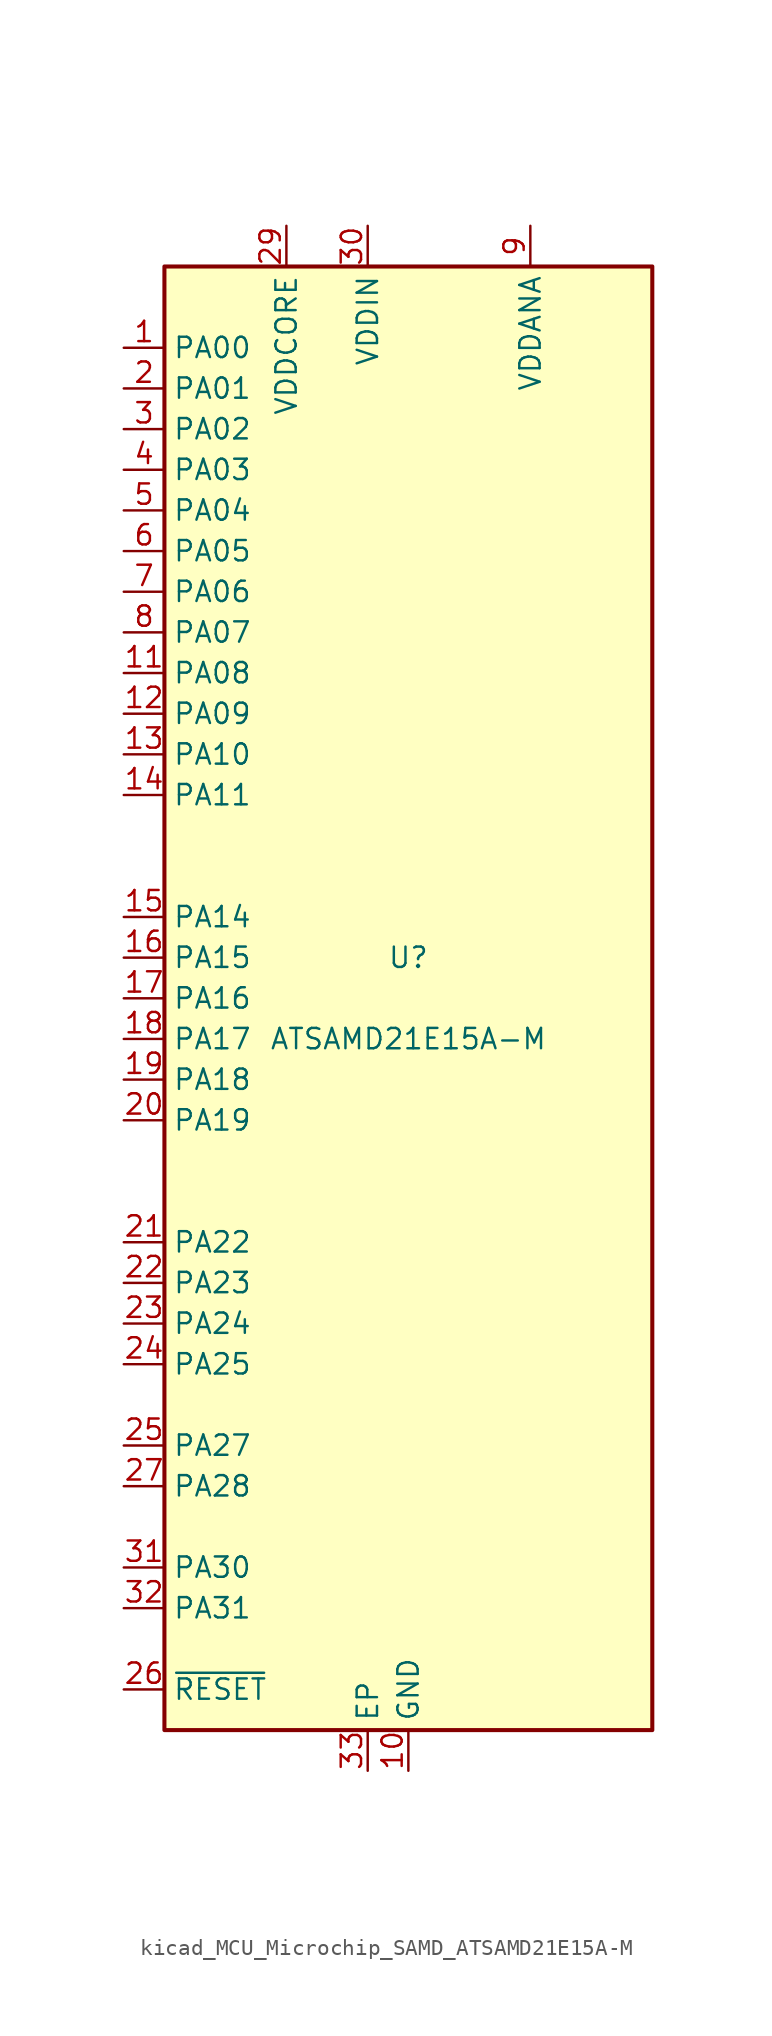
<source format=kicad_sym>
(kicad_symbol_lib
  (version 20220914)
  (generator kicad_symbol_editor)
  (symbol "kicad_MCU_Microchip_SAMD_ATSAMD21E15A-M"
    (property "Reference" "U"
      (at 0 2.54 0)
      (effects (font (size 1.27 1.27))))
    (property "Value" "ATSAMD21E15A-M"
      (at 0 -2.54 0)
      (effects (font (size 1.27 1.27))))
    (symbol "kicad_MCU_Microchip_SAMD_ATSAMD21E15A-M_1_1"
      (rectangle (start -15.24 45.72) (end 15.24 -45.72) (stroke (width 0.254) (type default)) (fill (type background)))
      (pin bidirectional line (at -17.78 40.64 0) (length 2.54) (name "PA00" (effects (font (size 1.27 1.27)))) (number "1" (effects (font (size 1.27 1.27)))))
      (pin power_in line (at 0 -48.26 90) (length 2.54) (name "GND" (effects (font (size 1.27 1.27)))) (number "10" (effects (font (size 1.27 1.27)))))
      (pin bidirectional line (at -17.78 20.32 0) (length 2.54) (name "PA08" (effects (font (size 1.27 1.27)))) (number "11" (effects (font (size 1.27 1.27)))))
      (pin bidirectional line (at -17.78 17.78 0) (length 2.54) (name "PA09" (effects (font (size 1.27 1.27)))) (number "12" (effects (font (size 1.27 1.27)))))
      (pin bidirectional line (at -17.78 15.24 0) (length 2.54) (name "PA10" (effects (font (size 1.27 1.27)))) (number "13" (effects (font (size 1.27 1.27)))))
      (pin bidirectional line (at -17.78 12.7 0) (length 2.54) (name "PA11" (effects (font (size 1.27 1.27)))) (number "14" (effects (font (size 1.27 1.27)))))
      (pin bidirectional line (at -17.78 5.08 0) (length 2.54) (name "PA14" (effects (font (size 1.27 1.27)))) (number "15" (effects (font (size 1.27 1.27)))))
      (pin bidirectional line (at -17.78 2.54 0) (length 2.54) (name "PA15" (effects (font (size 1.27 1.27)))) (number "16" (effects (font (size 1.27 1.27)))))
      (pin bidirectional line (at -17.78 0 0) (length 2.54) (name "PA16" (effects (font (size 1.27 1.27)))) (number "17" (effects (font (size 1.27 1.27)))))
      (pin bidirectional line (at -17.78 -2.54 0) (length 2.54) (name "PA17" (effects (font (size 1.27 1.27)))) (number "18" (effects (font (size 1.27 1.27)))))
      (pin bidirectional line (at -17.78 -5.08 0) (length 2.54) (name "PA18" (effects (font (size 1.27 1.27)))) (number "19" (effects (font (size 1.27 1.27)))))
      (pin bidirectional line (at -17.78 38.1 0) (length 2.54) (name "PA01" (effects (font (size 1.27 1.27)))) (number "2" (effects (font (size 1.27 1.27)))))
      (pin bidirectional line (at -17.78 -7.62 0) (length 2.54) (name "PA19" (effects (font (size 1.27 1.27)))) (number "20" (effects (font (size 1.27 1.27)))))
      (pin bidirectional line (at -17.78 -15.24 0) (length 2.54) (name "PA22" (effects (font (size 1.27 1.27)))) (number "21" (effects (font (size 1.27 1.27)))))
      (pin bidirectional line (at -17.78 -17.78 0) (length 2.54) (name "PA23" (effects (font (size 1.27 1.27)))) (number "22" (effects (font (size 1.27 1.27)))))
      (pin bidirectional line (at -17.78 -20.32 0) (length 2.54) (name "PA24" (effects (font (size 1.27 1.27)))) (number "23" (effects (font (size 1.27 1.27)))))
      (pin bidirectional line (at -17.78 -22.86 0) (length 2.54) (name "PA25" (effects (font (size 1.27 1.27)))) (number "24" (effects (font (size 1.27 1.27)))))
      (pin bidirectional line (at -17.78 -27.94 0) (length 2.54) (name "PA27" (effects (font (size 1.27 1.27)))) (number "25" (effects (font (size 1.27 1.27)))))
      (pin input line (at -17.78 -43.18 0) (length 2.54) (name "~{RESET}" (effects (font (size 1.27 1.27)))) (number "26" (effects (font (size 1.27 1.27)))))
      (pin bidirectional line (at -17.78 -30.48 0) (length 2.54) (name "PA28" (effects (font (size 1.27 1.27)))) (number "27" (effects (font (size 1.27 1.27)))))
      (pin passive line (at 0 -48.26 90) (length 2.54) hide (name "GND" (effects (font (size 1.27 1.27)))) (number "28" (effects (font (size 1.27 1.27)))))
      (pin power_out line (at -7.62 48.26 270) (length 2.54) (name "VDDCORE" (effects (font (size 1.27 1.27)))) (number "29" (effects (font (size 1.27 1.27)))))
      (pin bidirectional line (at -17.78 35.56 0) (length 2.54) (name "PA02" (effects (font (size 1.27 1.27)))) (number "3" (effects (font (size 1.27 1.27)))))
      (pin power_in line (at -2.54 48.26 270) (length 2.54) (name "VDDIN" (effects (font (size 1.27 1.27)))) (number "30" (effects (font (size 1.27 1.27)))))
      (pin bidirectional line (at -17.78 -35.56 0) (length 2.54) (name "PA30" (effects (font (size 1.27 1.27)))) (number "31" (effects (font (size 1.27 1.27)))))
      (pin bidirectional line (at -17.78 -38.1 0) (length 2.54) (name "PA31" (effects (font (size 1.27 1.27)))) (number "32" (effects (font (size 1.27 1.27)))))
      (pin passive line (at -2.54 -48.26 90) (length 2.54) (name "EP" (effects (font (size 1.27 1.27)))) (number "33" (effects (font (size 1.27 1.27)))))
      (pin bidirectional line (at -17.78 33.02 0) (length 2.54) (name "PA03" (effects (font (size 1.27 1.27)))) (number "4" (effects (font (size 1.27 1.27)))))
      (pin bidirectional line (at -17.78 30.48 0) (length 2.54) (name "PA04" (effects (font (size 1.27 1.27)))) (number "5" (effects (font (size 1.27 1.27)))))
      (pin bidirectional line (at -17.78 27.94 0) (length 2.54) (name "PA05" (effects (font (size 1.27 1.27)))) (number "6" (effects (font (size 1.27 1.27)))))
      (pin bidirectional line (at -17.78 25.4 0) (length 2.54) (name "PA06" (effects (font (size 1.27 1.27)))) (number "7" (effects (font (size 1.27 1.27)))))
      (pin bidirectional line (at -17.78 22.86 0) (length 2.54) (name "PA07" (effects (font (size 1.27 1.27)))) (number "8" (effects (font (size 1.27 1.27)))))
      (pin power_in line (at 7.62 48.26 270) (length 2.54) (name "VDDANA" (effects (font (size 1.27 1.27)))) (number "9" (effects (font (size 1.27 1.27))))))))
</source>
